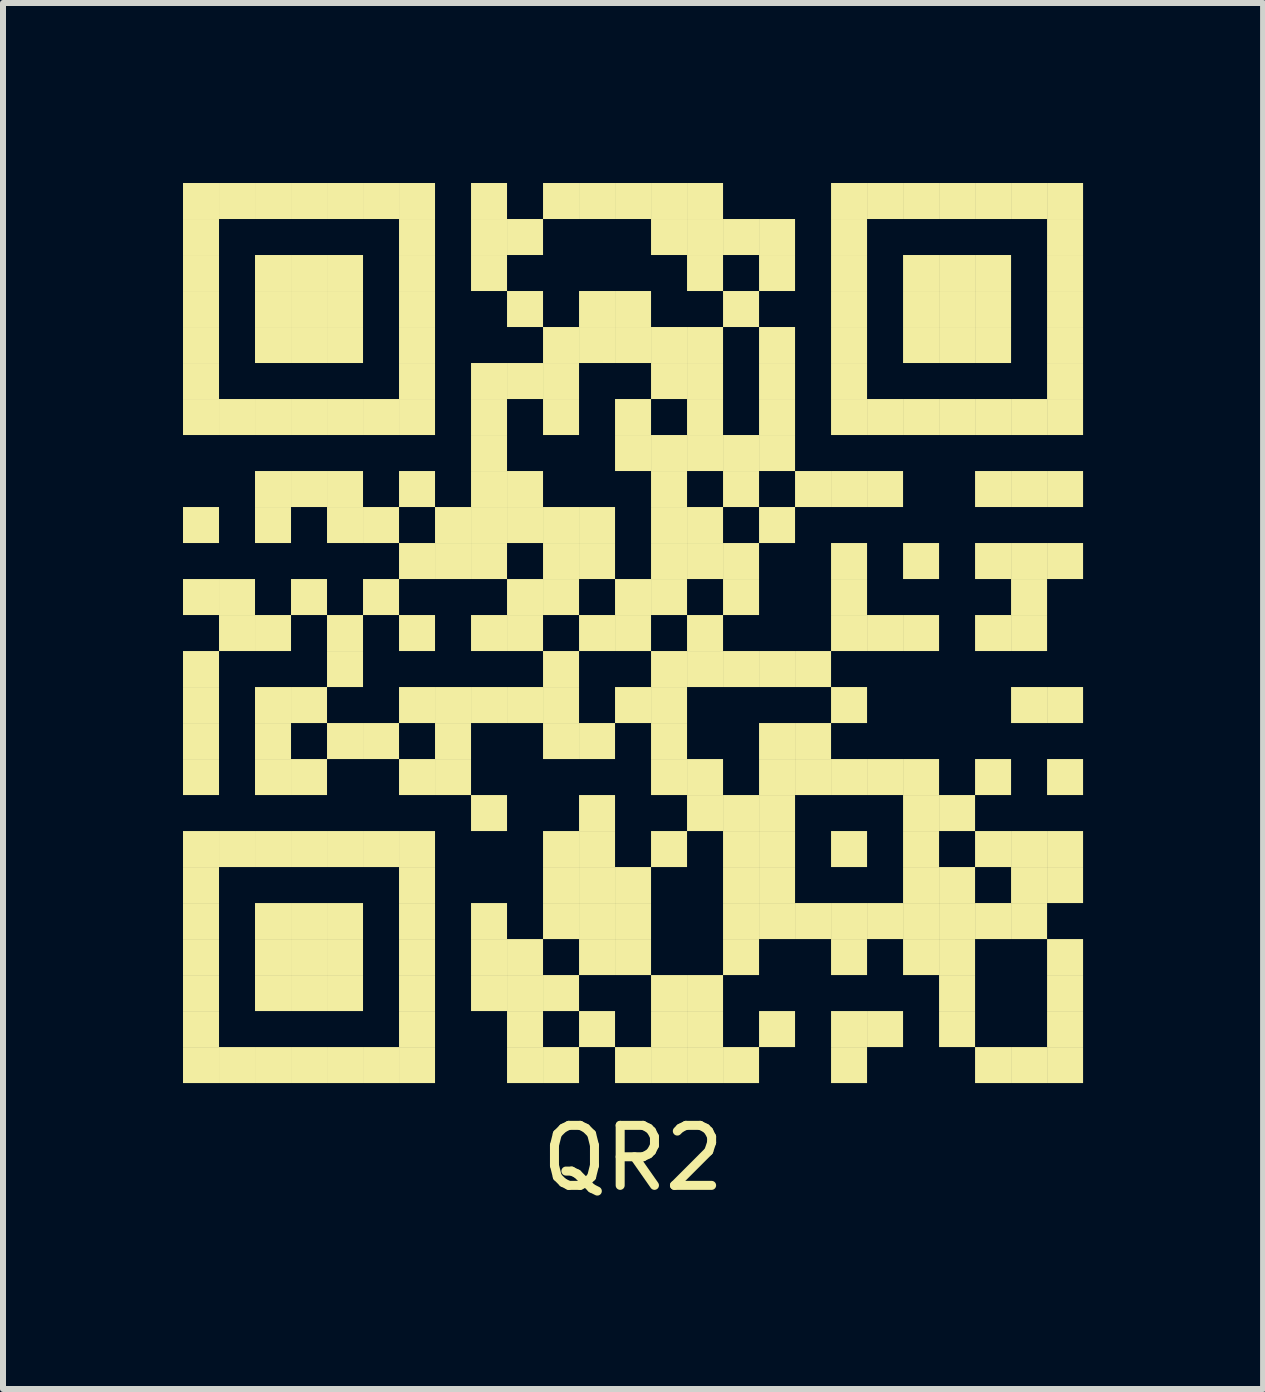
<source format=kicad_pcb>
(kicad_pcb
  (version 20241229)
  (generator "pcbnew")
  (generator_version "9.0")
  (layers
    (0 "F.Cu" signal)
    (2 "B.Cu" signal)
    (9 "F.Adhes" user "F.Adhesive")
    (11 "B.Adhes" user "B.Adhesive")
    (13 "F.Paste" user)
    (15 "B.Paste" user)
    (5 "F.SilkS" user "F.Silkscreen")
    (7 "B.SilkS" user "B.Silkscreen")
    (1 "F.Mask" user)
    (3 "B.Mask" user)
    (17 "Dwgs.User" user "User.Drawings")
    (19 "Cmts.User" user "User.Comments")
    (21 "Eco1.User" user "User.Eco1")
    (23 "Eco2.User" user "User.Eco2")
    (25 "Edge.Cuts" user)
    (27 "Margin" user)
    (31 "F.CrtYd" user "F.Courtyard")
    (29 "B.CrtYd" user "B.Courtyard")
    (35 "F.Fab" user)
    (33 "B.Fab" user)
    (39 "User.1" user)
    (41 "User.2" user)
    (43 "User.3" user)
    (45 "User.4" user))
  (footprint "QR2"
    (layer "F.Cu")
    (at 7.5 7.5)
    (property "Reference" "QR2" (at 0 8.75 0) (layer "F.SilkS") (effects (font (size 1 1) (thickness 0.15))))
    (attr through_hole)
    (fp_poly (pts (xy -7.5 -7.5) (xy -7.5 -6.9) (xy -6.9 -6.9) (xy -6.9 -7.5)) (stroke (width 0) (type solid)) (fill yes) (layer "F.SilkS"))
    (fp_poly (pts (xy -7.5 -6.9) (xy -7.5 -6.3) (xy -6.9 -6.3) (xy -6.9 -6.9)) (stroke (width 0) (type solid)) (fill yes) (layer "F.SilkS"))
    (fp_poly (pts (xy -7.5 -6.3) (xy -7.5 -5.7) (xy -6.9 -5.7) (xy -6.9 -6.3)) (stroke (width 0) (type solid)) (fill yes) (layer "F.SilkS"))
    (fp_poly (pts (xy -7.5 -5.7) (xy -7.5 -5.1) (xy -6.9 -5.1) (xy -6.9 -5.7)) (stroke (width 0) (type solid)) (fill yes) (layer "F.SilkS"))
    (fp_poly (pts (xy -7.5 -5.1) (xy -7.5 -4.5) (xy -6.9 -4.5) (xy -6.9 -5.1)) (stroke (width 0) (type solid)) (fill yes) (layer "F.SilkS"))
    (fp_poly (pts (xy -7.5 -4.5) (xy -7.5 -3.9) (xy -6.9 -3.9) (xy -6.9 -4.5)) (stroke (width 0) (type solid)) (fill yes) (layer "F.SilkS"))
    (fp_poly (pts (xy -7.5 -3.9) (xy -7.5 -3.3) (xy -6.9 -3.3) (xy -6.9 -3.9)) (stroke (width 0) (type solid)) (fill yes) (layer "F.SilkS"))
    (fp_poly (pts (xy -7.5 -2.1) (xy -7.5 -1.5) (xy -6.9 -1.5) (xy -6.9 -2.1)) (stroke (width 0) (type solid)) (fill yes) (layer "F.SilkS"))
    (fp_poly (pts (xy -7.5 -0.9) (xy -7.5 -0.3) (xy -6.9 -0.3) (xy -6.9 -0.9)) (stroke (width 0) (type solid)) (fill yes) (layer "F.SilkS"))
    (fp_poly (pts (xy -7.5 0.3) (xy -7.5 0.9) (xy -6.9 0.9) (xy -6.9 0.3)) (stroke (width 0) (type solid)) (fill yes) (layer "F.SilkS"))
    (fp_poly (pts (xy -7.5 0.9) (xy -7.5 1.5) (xy -6.9 1.5) (xy -6.9 0.9)) (stroke (width 0) (type solid)) (fill yes) (layer "F.SilkS"))
    (fp_poly (pts (xy -7.5 1.5) (xy -7.5 2.1) (xy -6.9 2.1) (xy -6.9 1.5)) (stroke (width 0) (type solid)) (fill yes) (layer "F.SilkS"))
    (fp_poly (pts (xy -7.5 2.1) (xy -7.5 2.7) (xy -6.9 2.7) (xy -6.9 2.1)) (stroke (width 0) (type solid)) (fill yes) (layer "F.SilkS"))
    (fp_poly (pts (xy -7.5 3.3) (xy -7.5 3.9) (xy -6.9 3.9) (xy -6.9 3.3)) (stroke (width 0) (type solid)) (fill yes) (layer "F.SilkS"))
    (fp_poly (pts (xy -7.5 3.9) (xy -7.5 4.5) (xy -6.9 4.5) (xy -6.9 3.9)) (stroke (width 0) (type solid)) (fill yes) (layer "F.SilkS"))
    (fp_poly (pts (xy -7.5 4.5) (xy -7.5 5.1) (xy -6.9 5.1) (xy -6.9 4.5)) (stroke (width 0) (type solid)) (fill yes) (layer "F.SilkS"))
    (fp_poly (pts (xy -7.5 5.1) (xy -7.5 5.7) (xy -6.9 5.7) (xy -6.9 5.1)) (stroke (width 0) (type solid)) (fill yes) (layer "F.SilkS"))
    (fp_poly (pts (xy -7.5 5.7) (xy -7.5 6.3) (xy -6.9 6.3) (xy -6.9 5.7)) (stroke (width 0) (type solid)) (fill yes) (layer "F.SilkS"))
    (fp_poly (pts (xy -7.5 6.3) (xy -7.5 6.9) (xy -6.9 6.9) (xy -6.9 6.3)) (stroke (width 0) (type solid)) (fill yes) (layer "F.SilkS"))
    (fp_poly (pts (xy -7.5 6.9) (xy -7.5 7.5) (xy -6.9 7.5) (xy -6.9 6.9)) (stroke (width 0) (type solid)) (fill yes) (layer "F.SilkS"))
    (fp_poly (pts (xy -6.9 -7.5) (xy -6.9 -6.9) (xy -6.3 -6.9) (xy -6.3 -7.5)) (stroke (width 0) (type solid)) (fill yes) (layer "F.SilkS"))
    (fp_poly (pts (xy -6.9 -3.9) (xy -6.9 -3.3) (xy -6.3 -3.3) (xy -6.3 -3.9)) (stroke (width 0) (type solid)) (fill yes) (layer "F.SilkS"))
    (fp_poly (pts (xy -6.9 -0.9) (xy -6.9 -0.3) (xy -6.3 -0.3) (xy -6.3 -0.9)) (stroke (width 0) (type solid)) (fill yes) (layer "F.SilkS"))
    (fp_poly (pts (xy -6.9 -0.3) (xy -6.9 0.3) (xy -6.3 0.3) (xy -6.3 -0.3)) (stroke (width 0) (type solid)) (fill yes) (layer "F.SilkS"))
    (fp_poly (pts (xy -6.9 3.3) (xy -6.9 3.9) (xy -6.3 3.9) (xy -6.3 3.3)) (stroke (width 0) (type solid)) (fill yes) (layer "F.SilkS"))
    (fp_poly (pts (xy -6.9 6.9) (xy -6.9 7.5) (xy -6.3 7.5) (xy -6.3 6.9)) (stroke (width 0) (type solid)) (fill yes) (layer "F.SilkS"))
    (fp_poly (pts (xy -6.3 -7.5) (xy -6.3 -6.9) (xy -5.7 -6.9) (xy -5.7 -7.5)) (stroke (width 0) (type solid)) (fill yes) (layer "F.SilkS"))
    (fp_poly (pts (xy -6.3 -6.3) (xy -6.3 -5.7) (xy -5.7 -5.7) (xy -5.7 -6.3)) (stroke (width 0) (type solid)) (fill yes) (layer "F.SilkS"))
    (fp_poly (pts (xy -6.3 -5.7) (xy -6.3 -5.1) (xy -5.7 -5.1) (xy -5.7 -5.7)) (stroke (width 0) (type solid)) (fill yes) (layer "F.SilkS"))
    (fp_poly (pts (xy -6.3 -5.1) (xy -6.3 -4.5) (xy -5.7 -4.5) (xy -5.7 -5.1)) (stroke (width 0) (type solid)) (fill yes) (layer "F.SilkS"))
    (fp_poly (pts (xy -6.3 -3.9) (xy -6.3 -3.3) (xy -5.7 -3.3) (xy -5.7 -3.9)) (stroke (width 0) (type solid)) (fill yes) (layer "F.SilkS"))
    (fp_poly (pts (xy -6.3 -2.7) (xy -6.3 -2.1) (xy -5.7 -2.1) (xy -5.7 -2.7)) (stroke (width 0) (type solid)) (fill yes) (layer "F.SilkS"))
    (fp_poly (pts (xy -6.3 -2.1) (xy -6.3 -1.5) (xy -5.7 -1.5) (xy -5.7 -2.1)) (stroke (width 0) (type solid)) (fill yes) (layer "F.SilkS"))
    (fp_poly (pts (xy -6.3 -0.3) (xy -6.3 0.3) (xy -5.7 0.3) (xy -5.7 -0.3)) (stroke (width 0) (type solid)) (fill yes) (layer "F.SilkS"))
    (fp_poly (pts (xy -6.3 0.9) (xy -6.3 1.5) (xy -5.7 1.5) (xy -5.7 0.9)) (stroke (width 0) (type solid)) (fill yes) (layer "F.SilkS"))
    (fp_poly (pts (xy -6.3 1.5) (xy -6.3 2.1) (xy -5.7 2.1) (xy -5.7 1.5)) (stroke (width 0) (type solid)) (fill yes) (layer "F.SilkS"))
    (fp_poly (pts (xy -6.3 2.1) (xy -6.3 2.7) (xy -5.7 2.7) (xy -5.7 2.1)) (stroke (width 0) (type solid)) (fill yes) (layer "F.SilkS"))
    (fp_poly (pts (xy -6.3 3.3) (xy -6.3 3.9) (xy -5.7 3.9) (xy -5.7 3.3)) (stroke (width 0) (type solid)) (fill yes) (layer "F.SilkS"))
    (fp_poly (pts (xy -6.3 4.5) (xy -6.3 5.1) (xy -5.7 5.1) (xy -5.7 4.5)) (stroke (width 0) (type solid)) (fill yes) (layer "F.SilkS"))
    (fp_poly (pts (xy -6.3 5.1) (xy -6.3 5.7) (xy -5.7 5.7) (xy -5.7 5.1)) (stroke (width 0) (type solid)) (fill yes) (layer "F.SilkS"))
    (fp_poly (pts (xy -6.3 5.7) (xy -6.3 6.3) (xy -5.7 6.3) (xy -5.7 5.7)) (stroke (width 0) (type solid)) (fill yes) (layer "F.SilkS"))
    (fp_poly (pts (xy -6.3 6.9) (xy -6.3 7.5) (xy -5.7 7.5) (xy -5.7 6.9)) (stroke (width 0) (type solid)) (fill yes) (layer "F.SilkS"))
    (fp_poly (pts (xy -5.7 -7.5) (xy -5.7 -6.9) (xy -5.1 -6.9) (xy -5.1 -7.5)) (stroke (width 0) (type solid)) (fill yes) (layer "F.SilkS"))
    (fp_poly (pts (xy -5.7 -6.3) (xy -5.7 -5.7) (xy -5.1 -5.7) (xy -5.1 -6.3)) (stroke (width 0) (type solid)) (fill yes) (layer "F.SilkS"))
    (fp_poly (pts (xy -5.7 -5.7) (xy -5.7 -5.1) (xy -5.1 -5.1) (xy -5.1 -5.7)) (stroke (width 0) (type solid)) (fill yes) (layer "F.SilkS"))
    (fp_poly (pts (xy -5.7 -5.1) (xy -5.7 -4.5) (xy -5.1 -4.5) (xy -5.1 -5.1)) (stroke (width 0) (type solid)) (fill yes) (layer "F.SilkS"))
    (fp_poly (pts (xy -5.7 -3.9) (xy -5.7 -3.3) (xy -5.1 -3.3) (xy -5.1 -3.9)) (stroke (width 0) (type solid)) (fill yes) (layer "F.SilkS"))
    (fp_poly (pts (xy -5.7 -2.7) (xy -5.7 -2.1) (xy -5.1 -2.1) (xy -5.1 -2.7)) (stroke (width 0) (type solid)) (fill yes) (layer "F.SilkS"))
    (fp_poly (pts (xy -5.7 -0.9) (xy -5.7 -0.3) (xy -5.1 -0.3) (xy -5.1 -0.9)) (stroke (width 0) (type solid)) (fill yes) (layer "F.SilkS"))
    (fp_poly (pts (xy -5.7 0.9) (xy -5.7 1.5) (xy -5.1 1.5) (xy -5.1 0.9)) (stroke (width 0) (type solid)) (fill yes) (layer "F.SilkS"))
    (fp_poly (pts (xy -5.7 2.1) (xy -5.7 2.7) (xy -5.1 2.7) (xy -5.1 2.1)) (stroke (width 0) (type solid)) (fill yes) (layer "F.SilkS"))
    (fp_poly (pts (xy -5.7 3.3) (xy -5.7 3.9) (xy -5.1 3.9) (xy -5.1 3.3)) (stroke (width 0) (type solid)) (fill yes) (layer "F.SilkS"))
    (fp_poly (pts (xy -5.7 4.5) (xy -5.7 5.1) (xy -5.1 5.1) (xy -5.1 4.5)) (stroke (width 0) (type solid)) (fill yes) (layer "F.SilkS"))
    (fp_poly (pts (xy -5.7 5.1) (xy -5.7 5.7) (xy -5.1 5.7) (xy -5.1 5.1)) (stroke (width 0) (type solid)) (fill yes) (layer "F.SilkS"))
    (fp_poly (pts (xy -5.7 5.7) (xy -5.7 6.3) (xy -5.1 6.3) (xy -5.1 5.7)) (stroke (width 0) (type solid)) (fill yes) (layer "F.SilkS"))
    (fp_poly (pts (xy -5.7 6.9) (xy -5.7 7.5) (xy -5.1 7.5) (xy -5.1 6.9)) (stroke (width 0) (type solid)) (fill yes) (layer "F.SilkS"))
    (fp_poly (pts (xy -5.1 -7.5) (xy -5.1 -6.9) (xy -4.5 -6.9) (xy -4.5 -7.5)) (stroke (width 0) (type solid)) (fill yes) (layer "F.SilkS"))
    (fp_poly (pts (xy -5.1 -6.3) (xy -5.1 -5.7) (xy -4.5 -5.7) (xy -4.5 -6.3)) (stroke (width 0) (type solid)) (fill yes) (layer "F.SilkS"))
    (fp_poly (pts (xy -5.1 -5.7) (xy -5.1 -5.1) (xy -4.5 -5.1) (xy -4.5 -5.7)) (stroke (width 0) (type solid)) (fill yes) (layer "F.SilkS"))
    (fp_poly (pts (xy -5.1 -5.1) (xy -5.1 -4.5) (xy -4.5 -4.5) (xy -4.5 -5.1)) (stroke (width 0) (type solid)) (fill yes) (layer "F.SilkS"))
    (fp_poly (pts (xy -5.1 -3.9) (xy -5.1 -3.3) (xy -4.5 -3.3) (xy -4.5 -3.9)) (stroke (width 0) (type solid)) (fill yes) (layer "F.SilkS"))
    (fp_poly (pts (xy -5.1 -2.7) (xy -5.1 -2.1) (xy -4.5 -2.1) (xy -4.5 -2.7)) (stroke (width 0) (type solid)) (fill yes) (layer "F.SilkS"))
    (fp_poly (pts (xy -5.1 -2.1) (xy -5.1 -1.5) (xy -4.5 -1.5) (xy -4.5 -2.1)) (stroke (width 0) (type solid)) (fill yes) (layer "F.SilkS"))
    (fp_poly (pts (xy -5.1 -0.3) (xy -5.1 0.3) (xy -4.5 0.3) (xy -4.5 -0.3)) (stroke (width 0) (type solid)) (fill yes) (layer "F.SilkS"))
    (fp_poly (pts (xy -5.1 0.3) (xy -5.1 0.9) (xy -4.5 0.9) (xy -4.5 0.3)) (stroke (width 0) (type solid)) (fill yes) (layer "F.SilkS"))
    (fp_poly (pts (xy -5.1 1.5) (xy -5.1 2.1) (xy -4.5 2.1) (xy -4.5 1.5)) (stroke (width 0) (type solid)) (fill yes) (layer "F.SilkS"))
    (fp_poly (pts (xy -5.1 3.3) (xy -5.1 3.9) (xy -4.5 3.9) (xy -4.5 3.3)) (stroke (width 0) (type solid)) (fill yes) (layer "F.SilkS"))
    (fp_poly (pts (xy -5.1 4.5) (xy -5.1 5.1) (xy -4.5 5.1) (xy -4.5 4.5)) (stroke (width 0) (type solid)) (fill yes) (layer "F.SilkS"))
    (fp_poly (pts (xy -5.1 5.1) (xy -5.1 5.7) (xy -4.5 5.7) (xy -4.5 5.1)) (stroke (width 0) (type solid)) (fill yes) (layer "F.SilkS"))
    (fp_poly (pts (xy -5.1 5.7) (xy -5.1 6.3) (xy -4.5 6.3) (xy -4.5 5.7)) (stroke (width 0) (type solid)) (fill yes) (layer "F.SilkS"))
    (fp_poly (pts (xy -5.1 6.9) (xy -5.1 7.5) (xy -4.5 7.5) (xy -4.5 6.9)) (stroke (width 0) (type solid)) (fill yes) (layer "F.SilkS"))
    (fp_poly (pts (xy -4.5 -7.5) (xy -4.5 -6.9) (xy -3.9 -6.9) (xy -3.9 -7.5)) (stroke (width 0) (type solid)) (fill yes) (layer "F.SilkS"))
    (fp_poly (pts (xy -4.5 -3.9) (xy -4.5 -3.3) (xy -3.9 -3.3) (xy -3.9 -3.9)) (stroke (width 0) (type solid)) (fill yes) (layer "F.SilkS"))
    (fp_poly (pts (xy -4.5 -2.1) (xy -4.5 -1.5) (xy -3.9 -1.5) (xy -3.9 -2.1)) (stroke (width 0) (type solid)) (fill yes) (layer "F.SilkS"))
    (fp_poly (pts (xy -4.5 -0.9) (xy -4.5 -0.3) (xy -3.9 -0.3) (xy -3.9 -0.9)) (stroke (width 0) (type solid)) (fill yes) (layer "F.SilkS"))
    (fp_poly (pts (xy -4.5 1.5) (xy -4.5 2.1) (xy -3.9 2.1) (xy -3.9 1.5)) (stroke (width 0) (type solid)) (fill yes) (layer "F.SilkS"))
    (fp_poly (pts (xy -4.5 3.3) (xy -4.5 3.9) (xy -3.9 3.9) (xy -3.9 3.3)) (stroke (width 0) (type solid)) (fill yes) (layer "F.SilkS"))
    (fp_poly (pts (xy -4.5 6.9) (xy -4.5 7.5) (xy -3.9 7.5) (xy -3.9 6.9)) (stroke (width 0) (type solid)) (fill yes) (layer "F.SilkS"))
    (fp_poly (pts (xy -3.9 -7.5) (xy -3.9 -6.9) (xy -3.3 -6.9) (xy -3.3 -7.5)) (stroke (width 0) (type solid)) (fill yes) (layer "F.SilkS"))
    (fp_poly (pts (xy -3.9 -6.9) (xy -3.9 -6.3) (xy -3.3 -6.3) (xy -3.3 -6.9)) (stroke (width 0) (type solid)) (fill yes) (layer "F.SilkS"))
    (fp_poly (pts (xy -3.9 -6.3) (xy -3.9 -5.7) (xy -3.3 -5.7) (xy -3.3 -6.3)) (stroke (width 0) (type solid)) (fill yes) (layer "F.SilkS"))
    (fp_poly (pts (xy -3.9 -5.7) (xy -3.9 -5.1) (xy -3.3 -5.1) (xy -3.3 -5.7)) (stroke (width 0) (type solid)) (fill yes) (layer "F.SilkS"))
    (fp_poly (pts (xy -3.9 -5.1) (xy -3.9 -4.5) (xy -3.3 -4.5) (xy -3.3 -5.1)) (stroke (width 0) (type solid)) (fill yes) (layer "F.SilkS"))
    (fp_poly (pts (xy -3.9 -4.5) (xy -3.9 -3.9) (xy -3.3 -3.9) (xy -3.3 -4.5)) (stroke (width 0) (type solid)) (fill yes) (layer "F.SilkS"))
    (fp_poly (pts (xy -3.9 -3.9) (xy -3.9 -3.3) (xy -3.3 -3.3) (xy -3.3 -3.9)) (stroke (width 0) (type solid)) (fill yes) (layer "F.SilkS"))
    (fp_poly (pts (xy -3.9 -2.7) (xy -3.9 -2.1) (xy -3.3 -2.1) (xy -3.3 -2.7)) (stroke (width 0) (type solid)) (fill yes) (layer "F.SilkS"))
    (fp_poly (pts (xy -3.9 -1.5) (xy -3.9 -0.9) (xy -3.3 -0.9) (xy -3.3 -1.5)) (stroke (width 0) (type solid)) (fill yes) (layer "F.SilkS"))
    (fp_poly (pts (xy -3.9 -0.3) (xy -3.9 0.3) (xy -3.3 0.3) (xy -3.3 -0.3)) (stroke (width 0) (type solid)) (fill yes) (layer "F.SilkS"))
    (fp_poly (pts (xy -3.9 0.9) (xy -3.9 1.5) (xy -3.3 1.5) (xy -3.3 0.9)) (stroke (width 0) (type solid)) (fill yes) (layer "F.SilkS"))
    (fp_poly (pts (xy -3.9 2.1) (xy -3.9 2.7) (xy -3.3 2.7) (xy -3.3 2.1)) (stroke (width 0) (type solid)) (fill yes) (layer "F.SilkS"))
    (fp_poly (pts (xy -3.9 3.3) (xy -3.9 3.9) (xy -3.3 3.9) (xy -3.3 3.3)) (stroke (width 0) (type solid)) (fill yes) (layer "F.SilkS"))
    (fp_poly (pts (xy -3.9 3.9) (xy -3.9 4.5) (xy -3.3 4.5) (xy -3.3 3.9)) (stroke (width 0) (type solid)) (fill yes) (layer "F.SilkS"))
    (fp_poly (pts (xy -3.9 4.5) (xy -3.9 5.1) (xy -3.3 5.1) (xy -3.3 4.5)) (stroke (width 0) (type solid)) (fill yes) (layer "F.SilkS"))
    (fp_poly (pts (xy -3.9 5.1) (xy -3.9 5.7) (xy -3.3 5.7) (xy -3.3 5.1)) (stroke (width 0) (type solid)) (fill yes) (layer "F.SilkS"))
    (fp_poly (pts (xy -3.9 5.7) (xy -3.9 6.3) (xy -3.3 6.3) (xy -3.3 5.7)) (stroke (width 0) (type solid)) (fill yes) (layer "F.SilkS"))
    (fp_poly (pts (xy -3.9 6.3) (xy -3.9 6.9) (xy -3.3 6.9) (xy -3.3 6.3)) (stroke (width 0) (type solid)) (fill yes) (layer "F.SilkS"))
    (fp_poly (pts (xy -3.9 6.9) (xy -3.9 7.5) (xy -3.3 7.5) (xy -3.3 6.9)) (stroke (width 0) (type solid)) (fill yes) (layer "F.SilkS"))
    (fp_poly (pts (xy -3.3 -2.1) (xy -3.3 -1.5) (xy -2.7 -1.5) (xy -2.7 -2.1)) (stroke (width 0) (type solid)) (fill yes) (layer "F.SilkS"))
    (fp_poly (pts (xy -3.3 -1.5) (xy -3.3 -0.9) (xy -2.7 -0.9) (xy -2.7 -1.5)) (stroke (width 0) (type solid)) (fill yes) (layer "F.SilkS"))
    (fp_poly (pts (xy -3.3 0.9) (xy -3.3 1.5) (xy -2.7 1.5) (xy -2.7 0.9)) (stroke (width 0) (type solid)) (fill yes) (layer "F.SilkS"))
    (fp_poly (pts (xy -3.3 1.5) (xy -3.3 2.1) (xy -2.7 2.1) (xy -2.7 1.5)) (stroke (width 0) (type solid)) (fill yes) (layer "F.SilkS"))
    (fp_poly (pts (xy -3.3 2.1) (xy -3.3 2.7) (xy -2.7 2.7) (xy -2.7 2.1)) (stroke (width 0) (type solid)) (fill yes) (layer "F.SilkS"))
    (fp_poly (pts (xy -2.7 -7.5) (xy -2.7 -6.9) (xy -2.1 -6.9) (xy -2.1 -7.5)) (stroke (width 0) (type solid)) (fill yes) (layer "F.SilkS"))
    (fp_poly (pts (xy -2.7 -6.9) (xy -2.7 -6.3) (xy -2.1 -6.3) (xy -2.1 -6.9)) (stroke (width 0) (type solid)) (fill yes) (layer "F.SilkS"))
    (fp_poly (pts (xy -2.7 -6.3) (xy -2.7 -5.7) (xy -2.1 -5.7) (xy -2.1 -6.3)) (stroke (width 0) (type solid)) (fill yes) (layer "F.SilkS"))
    (fp_poly (pts (xy -2.7 -4.5) (xy -2.7 -3.9) (xy -2.1 -3.9) (xy -2.1 -4.5)) (stroke (width 0) (type solid)) (fill yes) (layer "F.SilkS"))
    (fp_poly (pts (xy -2.7 -3.9) (xy -2.7 -3.3) (xy -2.1 -3.3) (xy -2.1 -3.9)) (stroke (width 0) (type solid)) (fill yes) (layer "F.SilkS"))
    (fp_poly (pts (xy -2.7 -3.3) (xy -2.7 -2.7) (xy -2.1 -2.7) (xy -2.1 -3.3)) (stroke (width 0) (type solid)) (fill yes) (layer "F.SilkS"))
    (fp_poly (pts (xy -2.7 -2.7) (xy -2.7 -2.1) (xy -2.1 -2.1) (xy -2.1 -2.7)) (stroke (width 0) (type solid)) (fill yes) (layer "F.SilkS"))
    (fp_poly (pts (xy -2.7 -2.1) (xy -2.7 -1.5) (xy -2.1 -1.5) (xy -2.1 -2.1)) (stroke (width 0) (type solid)) (fill yes) (layer "F.SilkS"))
    (fp_poly (pts (xy -2.7 -1.5) (xy -2.7 -0.9) (xy -2.1 -0.9) (xy -2.1 -1.5)) (stroke (width 0) (type solid)) (fill yes) (layer "F.SilkS"))
    (fp_poly (pts (xy -2.7 -0.3) (xy -2.7 0.3) (xy -2.1 0.3) (xy -2.1 -0.3)) (stroke (width 0) (type solid)) (fill yes) (layer "F.SilkS"))
    (fp_poly (pts (xy -2.7 0.9) (xy -2.7 1.5) (xy -2.1 1.5) (xy -2.1 0.9)) (stroke (width 0) (type solid)) (fill yes) (layer "F.SilkS"))
    (fp_poly (pts (xy -2.7 2.7) (xy -2.7 3.3) (xy -2.1 3.3) (xy -2.1 2.7)) (stroke (width 0) (type solid)) (fill yes) (layer "F.SilkS"))
    (fp_poly (pts (xy -2.7 4.5) (xy -2.7 5.1) (xy -2.1 5.1) (xy -2.1 4.5)) (stroke (width 0) (type solid)) (fill yes) (layer "F.SilkS"))
    (fp_poly (pts (xy -2.7 5.1) (xy -2.7 5.7) (xy -2.1 5.7) (xy -2.1 5.1)) (stroke (width 0) (type solid)) (fill yes) (layer "F.SilkS"))
    (fp_poly (pts (xy -2.7 5.7) (xy -2.7 6.3) (xy -2.1 6.3) (xy -2.1 5.7)) (stroke (width 0) (type solid)) (fill yes) (layer "F.SilkS"))
    (fp_poly (pts (xy -2.1 -6.9) (xy -2.1 -6.3) (xy -1.5 -6.3) (xy -1.5 -6.9)) (stroke (width 0) (type solid)) (fill yes) (layer "F.SilkS"))
    (fp_poly (pts (xy -2.1 -5.7) (xy -2.1 -5.1) (xy -1.5 -5.1) (xy -1.5 -5.7)) (stroke (width 0) (type solid)) (fill yes) (layer "F.SilkS"))
    (fp_poly (pts (xy -2.1 -4.5) (xy -2.1 -3.9) (xy -1.5 -3.9) (xy -1.5 -4.5)) (stroke (width 0) (type solid)) (fill yes) (layer "F.SilkS"))
    (fp_poly (pts (xy -2.1 -2.7) (xy -2.1 -2.1) (xy -1.5 -2.1) (xy -1.5 -2.7)) (stroke (width 0) (type solid)) (fill yes) (layer "F.SilkS"))
    (fp_poly (pts (xy -2.1 -2.1) (xy -2.1 -1.5) (xy -1.5 -1.5) (xy -1.5 -2.1)) (stroke (width 0) (type solid)) (fill yes) (layer "F.SilkS"))
    (fp_poly (pts (xy -2.1 -0.9) (xy -2.1 -0.3) (xy -1.5 -0.3) (xy -1.5 -0.9)) (stroke (width 0) (type solid)) (fill yes) (layer "F.SilkS"))
    (fp_poly (pts (xy -2.1 -0.3) (xy -2.1 0.3) (xy -1.5 0.3) (xy -1.5 -0.3)) (stroke (width 0) (type solid)) (fill yes) (layer "F.SilkS"))
    (fp_poly (pts (xy -2.1 0.9) (xy -2.1 1.5) (xy -1.5 1.5) (xy -1.5 0.9)) (stroke (width 0) (type solid)) (fill yes) (layer "F.SilkS"))
    (fp_poly (pts (xy -2.1 5.1) (xy -2.1 5.7) (xy -1.5 5.7) (xy -1.5 5.1)) (stroke (width 0) (type solid)) (fill yes) (layer "F.SilkS"))
    (fp_poly (pts (xy -2.1 5.7) (xy -2.1 6.3) (xy -1.5 6.3) (xy -1.5 5.7)) (stroke (width 0) (type solid)) (fill yes) (layer "F.SilkS"))
    (fp_poly (pts (xy -2.1 6.3) (xy -2.1 6.9) (xy -1.5 6.9) (xy -1.5 6.3)) (stroke (width 0) (type solid)) (fill yes) (layer "F.SilkS"))
    (fp_poly (pts (xy -2.1 6.9) (xy -2.1 7.5) (xy -1.5 7.5) (xy -1.5 6.9)) (stroke (width 0) (type solid)) (fill yes) (layer "F.SilkS"))
    (fp_poly (pts (xy -1.5 -7.5) (xy -1.5 -6.9) (xy -0.9 -6.9) (xy -0.9 -7.5)) (stroke (width 0) (type solid)) (fill yes) (layer "F.SilkS"))
    (fp_poly (pts (xy -1.5 -5.1) (xy -1.5 -4.5) (xy -0.9 -4.5) (xy -0.9 -5.1)) (stroke (width 0) (type solid)) (fill yes) (layer "F.SilkS"))
    (fp_poly (pts (xy -1.5 -4.5) (xy -1.5 -3.9) (xy -0.9 -3.9) (xy -0.9 -4.5)) (stroke (width 0) (type solid)) (fill yes) (layer "F.SilkS"))
    (fp_poly (pts (xy -1.5 -3.9) (xy -1.5 -3.3) (xy -0.9 -3.3) (xy -0.9 -3.9)) (stroke (width 0) (type solid)) (fill yes) (layer "F.SilkS"))
    (fp_poly (pts (xy -1.5 -2.1) (xy -1.5 -1.5) (xy -0.9 -1.5) (xy -0.9 -2.1)) (stroke (width 0) (type solid)) (fill yes) (layer "F.SilkS"))
    (fp_poly (pts (xy -1.5 -1.5) (xy -1.5 -0.9) (xy -0.9 -0.9) (xy -0.9 -1.5)) (stroke (width 0) (type solid)) (fill yes) (layer "F.SilkS"))
    (fp_poly (pts (xy -1.5 -0.9) (xy -1.5 -0.3) (xy -0.9 -0.3) (xy -0.9 -0.9)) (stroke (width 0) (type solid)) (fill yes) (layer "F.SilkS"))
    (fp_poly (pts (xy -1.5 0.3) (xy -1.5 0.9) (xy -0.9 0.9) (xy -0.9 0.3)) (stroke (width 0) (type solid)) (fill yes) (layer "F.SilkS"))
    (fp_poly (pts (xy -1.5 0.9) (xy -1.5 1.5) (xy -0.9 1.5) (xy -0.9 0.9)) (stroke (width 0) (type solid)) (fill yes) (layer "F.SilkS"))
    (fp_poly (pts (xy -1.5 1.5) (xy -1.5 2.1) (xy -0.9 2.1) (xy -0.9 1.5)) (stroke (width 0) (type solid)) (fill yes) (layer "F.SilkS"))
    (fp_poly (pts (xy -1.5 3.3) (xy -1.5 3.9) (xy -0.9 3.9) (xy -0.9 3.3)) (stroke (width 0) (type solid)) (fill yes) (layer "F.SilkS"))
    (fp_poly (pts (xy -1.5 3.9) (xy -1.5 4.5) (xy -0.9 4.5) (xy -0.9 3.9)) (stroke (width 0) (type solid)) (fill yes) (layer "F.SilkS"))
    (fp_poly (pts (xy -1.5 4.5) (xy -1.5 5.1) (xy -0.9 5.1) (xy -0.9 4.5)) (stroke (width 0) (type solid)) (fill yes) (layer "F.SilkS"))
    (fp_poly (pts (xy -1.5 5.7) (xy -1.5 6.3) (xy -0.9 6.3) (xy -0.9 5.7)) (stroke (width 0) (type solid)) (fill yes) (layer "F.SilkS"))
    (fp_poly (pts (xy -1.5 6.9) (xy -1.5 7.5) (xy -0.9 7.5) (xy -0.9 6.9)) (stroke (width 0) (type solid)) (fill yes) (layer "F.SilkS"))
    (fp_poly (pts (xy -0.9 -7.5) (xy -0.9 -6.9) (xy -0.3 -6.9) (xy -0.3 -7.5)) (stroke (width 0) (type solid)) (fill yes) (layer "F.SilkS"))
    (fp_poly (pts (xy -0.9 -5.7) (xy -0.9 -5.1) (xy -0.3 -5.1) (xy -0.3 -5.7)) (stroke (width 0) (type solid)) (fill yes) (layer "F.SilkS"))
    (fp_poly (pts (xy -0.9 -5.1) (xy -0.9 -4.5) (xy -0.3 -4.5) (xy -0.3 -5.1)) (stroke (width 0) (type solid)) (fill yes) (layer "F.SilkS"))
    (fp_poly (pts (xy -0.9 -2.1) (xy -0.9 -1.5) (xy -0.3 -1.5) (xy -0.3 -2.1)) (stroke (width 0) (type solid)) (fill yes) (layer "F.SilkS"))
    (fp_poly (pts (xy -0.9 -1.5) (xy -0.9 -0.9) (xy -0.3 -0.9) (xy -0.3 -1.5)) (stroke (width 0) (type solid)) (fill yes) (layer "F.SilkS"))
    (fp_poly (pts (xy -0.9 -0.3) (xy -0.9 0.3) (xy -0.3 0.3) (xy -0.3 -0.3)) (stroke (width 0) (type solid)) (fill yes) (layer "F.SilkS"))
    (fp_poly (pts (xy -0.9 1.5) (xy -0.9 2.1) (xy -0.3 2.1) (xy -0.3 1.5)) (stroke (width 0) (type solid)) (fill yes) (layer "F.SilkS"))
    (fp_poly (pts (xy -0.9 2.7) (xy -0.9 3.3) (xy -0.3 3.3) (xy -0.3 2.7)) (stroke (width 0) (type solid)) (fill yes) (layer "F.SilkS"))
    (fp_poly (pts (xy -0.9 3.3) (xy -0.9 3.9) (xy -0.3 3.9) (xy -0.3 3.3)) (stroke (width 0) (type solid)) (fill yes) (layer "F.SilkS"))
    (fp_poly (pts (xy -0.9 3.9) (xy -0.9 4.5) (xy -0.3 4.5) (xy -0.3 3.9)) (stroke (width 0) (type solid)) (fill yes) (layer "F.SilkS"))
    (fp_poly (pts (xy -0.9 4.5) (xy -0.9 5.1) (xy -0.3 5.1) (xy -0.3 4.5)) (stroke (width 0) (type solid)) (fill yes) (layer "F.SilkS"))
    (fp_poly (pts (xy -0.9 5.1) (xy -0.9 5.7) (xy -0.3 5.7) (xy -0.3 5.1)) (stroke (width 0) (type solid)) (fill yes) (layer "F.SilkS"))
    (fp_poly (pts (xy -0.9 6.3) (xy -0.9 6.9) (xy -0.3 6.9) (xy -0.3 6.3)) (stroke (width 0) (type solid)) (fill yes) (layer "F.SilkS"))
    (fp_poly (pts (xy -0.3 -7.5) (xy -0.3 -6.9) (xy 0.3 -6.9) (xy 0.3 -7.5)) (stroke (width 0) (type solid)) (fill yes) (layer "F.SilkS"))
    (fp_poly (pts (xy -0.3 -5.7) (xy -0.3 -5.1) (xy 0.3 -5.1) (xy 0.3 -5.7)) (stroke (width 0) (type solid)) (fill yes) (layer "F.SilkS"))
    (fp_poly (pts (xy -0.3 -5.1) (xy -0.3 -4.5) (xy 0.3 -4.5) (xy 0.3 -5.1)) (stroke (width 0) (type solid)) (fill yes) (layer "F.SilkS"))
    (fp_poly (pts (xy -0.3 -3.9) (xy -0.3 -3.3) (xy 0.3 -3.3) (xy 0.3 -3.9)) (stroke (width 0) (type solid)) (fill yes) (layer "F.SilkS"))
    (fp_poly (pts (xy -0.3 -3.3) (xy -0.3 -2.7) (xy 0.3 -2.7) (xy 0.3 -3.3)) (stroke (width 0) (type solid)) (fill yes) (layer "F.SilkS"))
    (fp_poly (pts (xy -0.3 -0.9) (xy -0.3 -0.3) (xy 0.3 -0.3) (xy 0.3 -0.9)) (stroke (width 0) (type solid)) (fill yes) (layer "F.SilkS"))
    (fp_poly (pts (xy -0.3 -0.3) (xy -0.3 0.3) (xy 0.3 0.3) (xy 0.3 -0.3)) (stroke (width 0) (type solid)) (fill yes) (layer "F.SilkS"))
    (fp_poly (pts (xy -0.3 0.9) (xy -0.3 1.5) (xy 0.3 1.5) (xy 0.3 0.9)) (stroke (width 0) (type solid)) (fill yes) (layer "F.SilkS"))
    (fp_poly (pts (xy -0.3 3.9) (xy -0.3 4.5) (xy 0.3 4.5) (xy 0.3 3.9)) (stroke (width 0) (type solid)) (fill yes) (layer "F.SilkS"))
    (fp_poly (pts (xy -0.3 4.5) (xy -0.3 5.1) (xy 0.3 5.1) (xy 0.3 4.5)) (stroke (width 0) (type solid)) (fill yes) (layer "F.SilkS"))
    (fp_poly (pts (xy -0.3 5.1) (xy -0.3 5.7) (xy 0.3 5.7) (xy 0.3 5.1)) (stroke (width 0) (type solid)) (fill yes) (layer "F.SilkS"))
    (fp_poly (pts (xy -0.3 6.9) (xy -0.3 7.5) (xy 0.3 7.5) (xy 0.3 6.9)) (stroke (width 0) (type solid)) (fill yes) (layer "F.SilkS"))
    (fp_poly (pts (xy 0.3 -7.5) (xy 0.3 -6.9) (xy 0.9 -6.9) (xy 0.9 -7.5)) (stroke (width 0) (type solid)) (fill yes) (layer "F.SilkS"))
    (fp_poly (pts (xy 0.3 -6.9) (xy 0.3 -6.3) (xy 0.9 -6.3) (xy 0.9 -6.9)) (stroke (width 0) (type solid)) (fill yes) (layer "F.SilkS"))
    (fp_poly (pts (xy 0.3 -5.1) (xy 0.3 -4.5) (xy 0.9 -4.5) (xy 0.9 -5.1)) (stroke (width 0) (type solid)) (fill yes) (layer "F.SilkS"))
    (fp_poly (pts (xy 0.3 -4.5) (xy 0.3 -3.9) (xy 0.9 -3.9) (xy 0.9 -4.5)) (stroke (width 0) (type solid)) (fill yes) (layer "F.SilkS"))
    (fp_poly (pts (xy 0.3 -3.3) (xy 0.3 -2.7) (xy 0.9 -2.7) (xy 0.9 -3.3)) (stroke (width 0) (type solid)) (fill yes) (layer "F.SilkS"))
    (fp_poly (pts (xy 0.3 -2.7) (xy 0.3 -2.1) (xy 0.9 -2.1) (xy 0.9 -2.7)) (stroke (width 0) (type solid)) (fill yes) (layer "F.SilkS"))
    (fp_poly (pts (xy 0.3 -2.1) (xy 0.3 -1.5) (xy 0.9 -1.5) (xy 0.9 -2.1)) (stroke (width 0) (type solid)) (fill yes) (layer "F.SilkS"))
    (fp_poly (pts (xy 0.3 -1.5) (xy 0.3 -0.9) (xy 0.9 -0.9) (xy 0.9 -1.5)) (stroke (width 0) (type solid)) (fill yes) (layer "F.SilkS"))
    (fp_poly (pts (xy 0.3 -0.9) (xy 0.3 -0.3) (xy 0.9 -0.3) (xy 0.9 -0.9)) (stroke (width 0) (type solid)) (fill yes) (layer "F.SilkS"))
    (fp_poly (pts (xy 0.3 0.3) (xy 0.3 0.9) (xy 0.9 0.9) (xy 0.9 0.3)) (stroke (width 0) (type solid)) (fill yes) (layer "F.SilkS"))
    (fp_poly (pts (xy 0.3 0.9) (xy 0.3 1.5) (xy 0.9 1.5) (xy 0.9 0.9)) (stroke (width 0) (type solid)) (fill yes) (layer "F.SilkS"))
    (fp_poly (pts (xy 0.3 1.5) (xy 0.3 2.1) (xy 0.9 2.1) (xy 0.9 1.5)) (stroke (width 0) (type solid)) (fill yes) (layer "F.SilkS"))
    (fp_poly (pts (xy 0.3 2.1) (xy 0.3 2.7) (xy 0.9 2.7) (xy 0.9 2.1)) (stroke (width 0) (type solid)) (fill yes) (layer "F.SilkS"))
    (fp_poly (pts (xy 0.3 3.3) (xy 0.3 3.9) (xy 0.9 3.9) (xy 0.9 3.3)) (stroke (width 0) (type solid)) (fill yes) (layer "F.SilkS"))
    (fp_poly (pts (xy 0.3 5.7) (xy 0.3 6.3) (xy 0.9 6.3) (xy 0.9 5.7)) (stroke (width 0) (type solid)) (fill yes) (layer "F.SilkS"))
    (fp_poly (pts (xy 0.3 6.3) (xy 0.3 6.9) (xy 0.9 6.9) (xy 0.9 6.3)) (stroke (width 0) (type solid)) (fill yes) (layer "F.SilkS"))
    (fp_poly (pts (xy 0.3 6.9) (xy 0.3 7.5) (xy 0.9 7.5) (xy 0.9 6.9)) (stroke (width 0) (type solid)) (fill yes) (layer "F.SilkS"))
    (fp_poly (pts (xy 0.9 -7.5) (xy 0.9 -6.9) (xy 1.5 -6.9) (xy 1.5 -7.5)) (stroke (width 0) (type solid)) (fill yes) (layer "F.SilkS"))
    (fp_poly (pts (xy 0.9 -6.9) (xy 0.9 -6.3) (xy 1.5 -6.3) (xy 1.5 -6.9)) (stroke (width 0) (type solid)) (fill yes) (layer "F.SilkS"))
    (fp_poly (pts (xy 0.9 -6.3) (xy 0.9 -5.7) (xy 1.5 -5.7) (xy 1.5 -6.3)) (stroke (width 0) (type solid)) (fill yes) (layer "F.SilkS"))
    (fp_poly (pts (xy 0.9 -5.1) (xy 0.9 -4.5) (xy 1.5 -4.5) (xy 1.5 -5.1)) (stroke (width 0) (type solid)) (fill yes) (layer "F.SilkS"))
    (fp_poly (pts (xy 0.9 -4.5) (xy 0.9 -3.9) (xy 1.5 -3.9) (xy 1.5 -4.5)) (stroke (width 0) (type solid)) (fill yes) (layer "F.SilkS"))
    (fp_poly (pts (xy 0.9 -3.9) (xy 0.9 -3.3) (xy 1.5 -3.3) (xy 1.5 -3.9)) (stroke (width 0) (type solid)) (fill yes) (layer "F.SilkS"))
    (fp_poly (pts (xy 0.9 -3.3) (xy 0.9 -2.7) (xy 1.5 -2.7) (xy 1.5 -3.3)) (stroke (width 0) (type solid)) (fill yes) (layer "F.SilkS"))
    (fp_poly (pts (xy 0.9 -2.1) (xy 0.9 -1.5) (xy 1.5 -1.5) (xy 1.5 -2.1)) (stroke (width 0) (type solid)) (fill yes) (layer "F.SilkS"))
    (fp_poly (pts (xy 0.9 -1.5) (xy 0.9 -0.9) (xy 1.5 -0.9) (xy 1.5 -1.5)) (stroke (width 0) (type solid)) (fill yes) (layer "F.SilkS"))
    (fp_poly (pts (xy 0.9 -0.3) (xy 0.9 0.3) (xy 1.5 0.3) (xy 1.5 -0.3)) (stroke (width 0) (type solid)) (fill yes) (layer "F.SilkS"))
    (fp_poly (pts (xy 0.9 0.3) (xy 0.9 0.9) (xy 1.5 0.9) (xy 1.5 0.3)) (stroke (width 0) (type solid)) (fill yes) (layer "F.SilkS"))
    (fp_poly (pts (xy 0.9 2.1) (xy 0.9 2.7) (xy 1.5 2.7) (xy 1.5 2.1)) (stroke (width 0) (type solid)) (fill yes) (layer "F.SilkS"))
    (fp_poly (pts (xy 0.9 2.7) (xy 0.9 3.3) (xy 1.5 3.3) (xy 1.5 2.7)) (stroke (width 0) (type solid)) (fill yes) (layer "F.SilkS"))
    (fp_poly (pts (xy 0.9 5.7) (xy 0.9 6.3) (xy 1.5 6.3) (xy 1.5 5.7)) (stroke (width 0) (type solid)) (fill yes) (layer "F.SilkS"))
    (fp_poly (pts (xy 0.9 6.3) (xy 0.9 6.9) (xy 1.5 6.9) (xy 1.5 6.3)) (stroke (width 0) (type solid)) (fill yes) (layer "F.SilkS"))
    (fp_poly (pts (xy 0.9 6.9) (xy 0.9 7.5) (xy 1.5 7.5) (xy 1.5 6.9)) (stroke (width 0) (type solid)) (fill yes) (layer "F.SilkS"))
    (fp_poly (pts (xy 1.5 -6.9) (xy 1.5 -6.3) (xy 2.1 -6.3) (xy 2.1 -6.9)) (stroke (width 0) (type solid)) (fill yes) (layer "F.SilkS"))
    (fp_poly (pts (xy 1.5 -5.7) (xy 1.5 -5.1) (xy 2.1 -5.1) (xy 2.1 -5.7)) (stroke (width 0) (type solid)) (fill yes) (layer "F.SilkS"))
    (fp_poly (pts (xy 1.5 -3.3) (xy 1.5 -2.7) (xy 2.1 -2.7) (xy 2.1 -3.3)) (stroke (width 0) (type solid)) (fill yes) (layer "F.SilkS"))
    (fp_poly (pts (xy 1.5 -2.7) (xy 1.5 -2.1) (xy 2.1 -2.1) (xy 2.1 -2.7)) (stroke (width 0) (type solid)) (fill yes) (layer "F.SilkS"))
    (fp_poly (pts (xy 1.5 -1.5) (xy 1.5 -0.9) (xy 2.1 -0.9) (xy 2.1 -1.5)) (stroke (width 0) (type solid)) (fill yes) (layer "F.SilkS"))
    (fp_poly (pts (xy 1.5 -0.9) (xy 1.5 -0.3) (xy 2.1 -0.3) (xy 2.1 -0.9)) (stroke (width 0) (type solid)) (fill yes) (layer "F.SilkS"))
    (fp_poly (pts (xy 1.5 0.3) (xy 1.5 0.9) (xy 2.1 0.9) (xy 2.1 0.3)) (stroke (width 0) (type solid)) (fill yes) (layer "F.SilkS"))
    (fp_poly (pts (xy 1.5 2.7) (xy 1.5 3.3) (xy 2.1 3.3) (xy 2.1 2.7)) (stroke (width 0) (type solid)) (fill yes) (layer "F.SilkS"))
    (fp_poly (pts (xy 1.5 3.3) (xy 1.5 3.9) (xy 2.1 3.9) (xy 2.1 3.3)) (stroke (width 0) (type solid)) (fill yes) (layer "F.SilkS"))
    (fp_poly (pts (xy 1.5 3.9) (xy 1.5 4.5) (xy 2.1 4.5) (xy 2.1 3.9)) (stroke (width 0) (type solid)) (fill yes) (layer "F.SilkS"))
    (fp_poly (pts (xy 1.5 4.5) (xy 1.5 5.1) (xy 2.1 5.1) (xy 2.1 4.5)) (stroke (width 0) (type solid)) (fill yes) (layer "F.SilkS"))
    (fp_poly (pts (xy 1.5 5.1) (xy 1.5 5.7) (xy 2.1 5.7) (xy 2.1 5.1)) (stroke (width 0) (type solid)) (fill yes) (layer "F.SilkS"))
    (fp_poly (pts (xy 1.5 6.9) (xy 1.5 7.5) (xy 2.1 7.5) (xy 2.1 6.9)) (stroke (width 0) (type solid)) (fill yes) (layer "F.SilkS"))
    (fp_poly (pts (xy 2.1 -6.9) (xy 2.1 -6.3) (xy 2.7 -6.3) (xy 2.7 -6.9)) (stroke (width 0) (type solid)) (fill yes) (layer "F.SilkS"))
    (fp_poly (pts (xy 2.1 -6.3) (xy 2.1 -5.7) (xy 2.7 -5.7) (xy 2.7 -6.3)) (stroke (width 0) (type solid)) (fill yes) (layer "F.SilkS"))
    (fp_poly (pts (xy 2.1 -5.1) (xy 2.1 -4.5) (xy 2.7 -4.5) (xy 2.7 -5.1)) (stroke (width 0) (type solid)) (fill yes) (layer "F.SilkS"))
    (fp_poly (pts (xy 2.1 -4.5) (xy 2.1 -3.9) (xy 2.7 -3.9) (xy 2.7 -4.5)) (stroke (width 0) (type solid)) (fill yes) (layer "F.SilkS"))
    (fp_poly (pts (xy 2.1 -3.9) (xy 2.1 -3.3) (xy 2.7 -3.3) (xy 2.7 -3.9)) (stroke (width 0) (type solid)) (fill yes) (layer "F.SilkS"))
    (fp_poly (pts (xy 2.1 -3.3) (xy 2.1 -2.7) (xy 2.7 -2.7) (xy 2.7 -3.3)) (stroke (width 0) (type solid)) (fill yes) (layer "F.SilkS"))
    (fp_poly (pts (xy 2.1 -2.1) (xy 2.1 -1.5) (xy 2.7 -1.5) (xy 2.7 -2.1)) (stroke (width 0) (type solid)) (fill yes) (layer "F.SilkS"))
    (fp_poly (pts (xy 2.1 0.3) (xy 2.1 0.9) (xy 2.7 0.9) (xy 2.7 0.3)) (stroke (width 0) (type solid)) (fill yes) (layer "F.SilkS"))
    (fp_poly (pts (xy 2.1 1.5) (xy 2.1 2.1) (xy 2.7 2.1) (xy 2.7 1.5)) (stroke (width 0) (type solid)) (fill yes) (layer "F.SilkS"))
    (fp_poly (pts (xy 2.1 2.1) (xy 2.1 2.7) (xy 2.7 2.7) (xy 2.7 2.1)) (stroke (width 0) (type solid)) (fill yes) (layer "F.SilkS"))
    (fp_poly (pts (xy 2.1 2.7) (xy 2.1 3.3) (xy 2.7 3.3) (xy 2.7 2.7)) (stroke (width 0) (type solid)) (fill yes) (layer "F.SilkS"))
    (fp_poly (pts (xy 2.1 3.3) (xy 2.1 3.9) (xy 2.7 3.9) (xy 2.7 3.3)) (stroke (width 0) (type solid)) (fill yes) (layer "F.SilkS"))
    (fp_poly (pts (xy 2.1 3.9) (xy 2.1 4.5) (xy 2.7 4.5) (xy 2.7 3.9)) (stroke (width 0) (type solid)) (fill yes) (layer "F.SilkS"))
    (fp_poly (pts (xy 2.1 4.5) (xy 2.1 5.1) (xy 2.7 5.1) (xy 2.7 4.5)) (stroke (width 0) (type solid)) (fill yes) (layer "F.SilkS"))
    (fp_poly (pts (xy 2.1 6.3) (xy 2.1 6.9) (xy 2.7 6.9) (xy 2.7 6.3)) (stroke (width 0) (type solid)) (fill yes) (layer "F.SilkS"))
    (fp_poly (pts (xy 2.7 -2.7) (xy 2.7 -2.1) (xy 3.3 -2.1) (xy 3.3 -2.7)) (stroke (width 0) (type solid)) (fill yes) (layer "F.SilkS"))
    (fp_poly (pts (xy 2.7 0.3) (xy 2.7 0.9) (xy 3.3 0.9) (xy 3.3 0.3)) (stroke (width 0) (type solid)) (fill yes) (layer "F.SilkS"))
    (fp_poly (pts (xy 2.7 1.5) (xy 2.7 2.1) (xy 3.3 2.1) (xy 3.3 1.5)) (stroke (width 0) (type solid)) (fill yes) (layer "F.SilkS"))
    (fp_poly (pts (xy 2.7 2.1) (xy 2.7 2.7) (xy 3.3 2.7) (xy 3.3 2.1)) (stroke (width 0) (type solid)) (fill yes) (layer "F.SilkS"))
    (fp_poly (pts (xy 2.7 4.5) (xy 2.7 5.1) (xy 3.3 5.1) (xy 3.3 4.5)) (stroke (width 0) (type solid)) (fill yes) (layer "F.SilkS"))
    (fp_poly (pts (xy 3.3 -7.5) (xy 3.3 -6.9) (xy 3.9 -6.9) (xy 3.9 -7.5)) (stroke (width 0) (type solid)) (fill yes) (layer "F.SilkS"))
    (fp_poly (pts (xy 3.3 -6.9) (xy 3.3 -6.3) (xy 3.9 -6.3) (xy 3.9 -6.9)) (stroke (width 0) (type solid)) (fill yes) (layer "F.SilkS"))
    (fp_poly (pts (xy 3.3 -6.3) (xy 3.3 -5.7) (xy 3.9 -5.7) (xy 3.9 -6.3)) (stroke (width 0) (type solid)) (fill yes) (layer "F.SilkS"))
    (fp_poly (pts (xy 3.3 -5.7) (xy 3.3 -5.1) (xy 3.9 -5.1) (xy 3.9 -5.7)) (stroke (width 0) (type solid)) (fill yes) (layer "F.SilkS"))
    (fp_poly (pts (xy 3.3 -5.1) (xy 3.3 -4.5) (xy 3.9 -4.5) (xy 3.9 -5.1)) (stroke (width 0) (type solid)) (fill yes) (layer "F.SilkS"))
    (fp_poly (pts (xy 3.3 -4.5) (xy 3.3 -3.9) (xy 3.9 -3.9) (xy 3.9 -4.5)) (stroke (width 0) (type solid)) (fill yes) (layer "F.SilkS"))
    (fp_poly (pts (xy 3.3 -3.9) (xy 3.3 -3.3) (xy 3.9 -3.3) (xy 3.9 -3.9)) (stroke (width 0) (type solid)) (fill yes) (layer "F.SilkS"))
    (fp_poly (pts (xy 3.3 -2.7) (xy 3.3 -2.1) (xy 3.9 -2.1) (xy 3.9 -2.7)) (stroke (width 0) (type solid)) (fill yes) (layer "F.SilkS"))
    (fp_poly (pts (xy 3.3 -1.5) (xy 3.3 -0.9) (xy 3.9 -0.9) (xy 3.9 -1.5)) (stroke (width 0) (type solid)) (fill yes) (layer "F.SilkS"))
    (fp_poly (pts (xy 3.3 -0.9) (xy 3.3 -0.3) (xy 3.9 -0.3) (xy 3.9 -0.9)) (stroke (width 0) (type solid)) (fill yes) (layer "F.SilkS"))
    (fp_poly (pts (xy 3.3 -0.3) (xy 3.3 0.3) (xy 3.9 0.3) (xy 3.9 -0.3)) (stroke (width 0) (type solid)) (fill yes) (layer "F.SilkS"))
    (fp_poly (pts (xy 3.3 0.9) (xy 3.3 1.5) (xy 3.9 1.5) (xy 3.9 0.9)) (stroke (width 0) (type solid)) (fill yes) (layer "F.SilkS"))
    (fp_poly (pts (xy 3.3 2.1) (xy 3.3 2.7) (xy 3.9 2.7) (xy 3.9 2.1)) (stroke (width 0) (type solid)) (fill yes) (layer "F.SilkS"))
    (fp_poly (pts (xy 3.3 3.3) (xy 3.3 3.9) (xy 3.9 3.9) (xy 3.9 3.3)) (stroke (width 0) (type solid)) (fill yes) (layer "F.SilkS"))
    (fp_poly (pts (xy 3.3 4.5) (xy 3.3 5.1) (xy 3.9 5.1) (xy 3.9 4.5)) (stroke (width 0) (type solid)) (fill yes) (layer "F.SilkS"))
    (fp_poly (pts (xy 3.3 5.1) (xy 3.3 5.7) (xy 3.9 5.7) (xy 3.9 5.1)) (stroke (width 0) (type solid)) (fill yes) (layer "F.SilkS"))
    (fp_poly (pts (xy 3.3 6.3) (xy 3.3 6.9) (xy 3.9 6.9) (xy 3.9 6.3)) (stroke (width 0) (type solid)) (fill yes) (layer "F.SilkS"))
    (fp_poly (pts (xy 3.3 6.9) (xy 3.3 7.5) (xy 3.9 7.5) (xy 3.9 6.9)) (stroke (width 0) (type solid)) (fill yes) (layer "F.SilkS"))
    (fp_poly (pts (xy 3.9 -7.5) (xy 3.9 -6.9) (xy 4.5 -6.9) (xy 4.5 -7.5)) (stroke (width 0) (type solid)) (fill yes) (layer "F.SilkS"))
    (fp_poly (pts (xy 3.9 -3.9) (xy 3.9 -3.3) (xy 4.5 -3.3) (xy 4.5 -3.9)) (stroke (width 0) (type solid)) (fill yes) (layer "F.SilkS"))
    (fp_poly (pts (xy 3.9 -2.7) (xy 3.9 -2.1) (xy 4.5 -2.1) (xy 4.5 -2.7)) (stroke (width 0) (type solid)) (fill yes) (layer "F.SilkS"))
    (fp_poly (pts (xy 3.9 -0.3) (xy 3.9 0.3) (xy 4.5 0.3) (xy 4.5 -0.3)) (stroke (width 0) (type solid)) (fill yes) (layer "F.SilkS"))
    (fp_poly (pts (xy 3.9 2.1) (xy 3.9 2.7) (xy 4.5 2.7) (xy 4.5 2.1)) (stroke (width 0) (type solid)) (fill yes) (layer "F.SilkS"))
    (fp_poly (pts (xy 3.9 4.5) (xy 3.9 5.1) (xy 4.5 5.1) (xy 4.5 4.5)) (stroke (width 0) (type solid)) (fill yes) (layer "F.SilkS"))
    (fp_poly (pts (xy 3.9 6.3) (xy 3.9 6.9) (xy 4.5 6.9) (xy 4.5 6.3)) (stroke (width 0) (type solid)) (fill yes) (layer "F.SilkS"))
    (fp_poly (pts (xy 4.5 -7.5) (xy 4.5 -6.9) (xy 5.1 -6.9) (xy 5.1 -7.5)) (stroke (width 0) (type solid)) (fill yes) (layer "F.SilkS"))
    (fp_poly (pts (xy 4.5 -6.3) (xy 4.5 -5.7) (xy 5.1 -5.7) (xy 5.1 -6.3)) (stroke (width 0) (type solid)) (fill yes) (layer "F.SilkS"))
    (fp_poly (pts (xy 4.5 -5.7) (xy 4.5 -5.1) (xy 5.1 -5.1) (xy 5.1 -5.7)) (stroke (width 0) (type solid)) (fill yes) (layer "F.SilkS"))
    (fp_poly (pts (xy 4.5 -5.1) (xy 4.5 -4.5) (xy 5.1 -4.5) (xy 5.1 -5.1)) (stroke (width 0) (type solid)) (fill yes) (layer "F.SilkS"))
    (fp_poly (pts (xy 4.5 -3.9) (xy 4.5 -3.3) (xy 5.1 -3.3) (xy 5.1 -3.9)) (stroke (width 0) (type solid)) (fill yes) (layer "F.SilkS"))
    (fp_poly (pts (xy 4.5 -1.5) (xy 4.5 -0.9) (xy 5.1 -0.9) (xy 5.1 -1.5)) (stroke (width 0) (type solid)) (fill yes) (layer "F.SilkS"))
    (fp_poly (pts (xy 4.5 -0.3) (xy 4.5 0.3) (xy 5.1 0.3) (xy 5.1 -0.3)) (stroke (width 0) (type solid)) (fill yes) (layer "F.SilkS"))
    (fp_poly (pts (xy 4.5 2.1) (xy 4.5 2.7) (xy 5.1 2.7) (xy 5.1 2.1)) (stroke (width 0) (type solid)) (fill yes) (layer "F.SilkS"))
    (fp_poly (pts (xy 4.5 2.7) (xy 4.5 3.3) (xy 5.1 3.3) (xy 5.1 2.7)) (stroke (width 0) (type solid)) (fill yes) (layer "F.SilkS"))
    (fp_poly (pts (xy 4.5 3.3) (xy 4.5 3.9) (xy 5.1 3.9) (xy 5.1 3.3)) (stroke (width 0) (type solid)) (fill yes) (layer "F.SilkS"))
    (fp_poly (pts (xy 4.5 3.9) (xy 4.5 4.5) (xy 5.1 4.5) (xy 5.1 3.9)) (stroke (width 0) (type solid)) (fill yes) (layer "F.SilkS"))
    (fp_poly (pts (xy 4.5 4.5) (xy 4.5 5.1) (xy 5.1 5.1) (xy 5.1 4.5)) (stroke (width 0) (type solid)) (fill yes) (layer "F.SilkS"))
    (fp_poly (pts (xy 4.5 5.1) (xy 4.5 5.7) (xy 5.1 5.7) (xy 5.1 5.1)) (stroke (width 0) (type solid)) (fill yes) (layer "F.SilkS"))
    (fp_poly (pts (xy 5.1 -7.5) (xy 5.1 -6.9) (xy 5.7 -6.9) (xy 5.7 -7.5)) (stroke (width 0) (type solid)) (fill yes) (layer "F.SilkS"))
    (fp_poly (pts (xy 5.1 -6.3) (xy 5.1 -5.7) (xy 5.7 -5.7) (xy 5.7 -6.3)) (stroke (width 0) (type solid)) (fill yes) (layer "F.SilkS"))
    (fp_poly (pts (xy 5.1 -5.7) (xy 5.1 -5.1) (xy 5.7 -5.1) (xy 5.7 -5.7)) (stroke (width 0) (type solid)) (fill yes) (layer "F.SilkS"))
    (fp_poly (pts (xy 5.1 -5.1) (xy 5.1 -4.5) (xy 5.7 -4.5) (xy 5.7 -5.1)) (stroke (width 0) (type solid)) (fill yes) (layer "F.SilkS"))
    (fp_poly (pts (xy 5.1 -3.9) (xy 5.1 -3.3) (xy 5.7 -3.3) (xy 5.7 -3.9)) (stroke (width 0) (type solid)) (fill yes) (layer "F.SilkS"))
    (fp_poly (pts (xy 5.1 2.7) (xy 5.1 3.3) (xy 5.7 3.3) (xy 5.7 2.7)) (stroke (width 0) (type solid)) (fill yes) (layer "F.SilkS"))
    (fp_poly (pts (xy 5.1 3.9) (xy 5.1 4.5) (xy 5.7 4.5) (xy 5.7 3.9)) (stroke (width 0) (type solid)) (fill yes) (layer "F.SilkS"))
    (fp_poly (pts (xy 5.1 4.5) (xy 5.1 5.1) (xy 5.7 5.1) (xy 5.7 4.5)) (stroke (width 0) (type solid)) (fill yes) (layer "F.SilkS"))
    (fp_poly (pts (xy 5.1 5.1) (xy 5.1 5.7) (xy 5.7 5.7) (xy 5.7 5.1)) (stroke (width 0) (type solid)) (fill yes) (layer "F.SilkS"))
    (fp_poly (pts (xy 5.1 5.7) (xy 5.1 6.3) (xy 5.7 6.3) (xy 5.7 5.7)) (stroke (width 0) (type solid)) (fill yes) (layer "F.SilkS"))
    (fp_poly (pts (xy 5.1 6.3) (xy 5.1 6.9) (xy 5.7 6.9) (xy 5.7 6.3)) (stroke (width 0) (type solid)) (fill yes) (layer "F.SilkS"))
    (fp_poly (pts (xy 5.7 -7.5) (xy 5.7 -6.9) (xy 6.3 -6.9) (xy 6.3 -7.5)) (stroke (width 0) (type solid)) (fill yes) (layer "F.SilkS"))
    (fp_poly (pts (xy 5.7 -6.3) (xy 5.7 -5.7) (xy 6.3 -5.7) (xy 6.3 -6.3)) (stroke (width 0) (type solid)) (fill yes) (layer "F.SilkS"))
    (fp_poly (pts (xy 5.7 -5.7) (xy 5.7 -5.1) (xy 6.3 -5.1) (xy 6.3 -5.7)) (stroke (width 0) (type solid)) (fill yes) (layer "F.SilkS"))
    (fp_poly (pts (xy 5.7 -5.1) (xy 5.7 -4.5) (xy 6.3 -4.5) (xy 6.3 -5.1)) (stroke (width 0) (type solid)) (fill yes) (layer "F.SilkS"))
    (fp_poly (pts (xy 5.7 -3.9) (xy 5.7 -3.3) (xy 6.3 -3.3) (xy 6.3 -3.9)) (stroke (width 0) (type solid)) (fill yes) (layer "F.SilkS"))
    (fp_poly (pts (xy 5.7 -2.7) (xy 5.7 -2.1) (xy 6.3 -2.1) (xy 6.3 -2.7)) (stroke (width 0) (type solid)) (fill yes) (layer "F.SilkS"))
    (fp_poly (pts (xy 5.7 -1.5) (xy 5.7 -0.9) (xy 6.3 -0.9) (xy 6.3 -1.5)) (stroke (width 0) (type solid)) (fill yes) (layer "F.SilkS"))
    (fp_poly (pts (xy 5.7 -0.3) (xy 5.7 0.3) (xy 6.3 0.3) (xy 6.3 -0.3)) (stroke (width 0) (type solid)) (fill yes) (layer "F.SilkS"))
    (fp_poly (pts (xy 5.7 2.1) (xy 5.7 2.7) (xy 6.3 2.7) (xy 6.3 2.1)) (stroke (width 0) (type solid)) (fill yes) (layer "F.SilkS"))
    (fp_poly (pts (xy 5.7 3.3) (xy 5.7 3.9) (xy 6.3 3.9) (xy 6.3 3.3)) (stroke (width 0) (type solid)) (fill yes) (layer "F.SilkS"))
    (fp_poly (pts (xy 5.7 4.5) (xy 5.7 5.1) (xy 6.3 5.1) (xy 6.3 4.5)) (stroke (width 0) (type solid)) (fill yes) (layer "F.SilkS"))
    (fp_poly (pts (xy 5.7 6.9) (xy 5.7 7.5) (xy 6.3 7.5) (xy 6.3 6.9)) (stroke (width 0) (type solid)) (fill yes) (layer "F.SilkS"))
    (fp_poly (pts (xy 6.3 -7.5) (xy 6.3 -6.9) (xy 6.9 -6.9) (xy 6.9 -7.5)) (stroke (width 0) (type solid)) (fill yes) (layer "F.SilkS"))
    (fp_poly (pts (xy 6.3 -3.9) (xy 6.3 -3.3) (xy 6.9 -3.3) (xy 6.9 -3.9)) (stroke (width 0) (type solid)) (fill yes) (layer "F.SilkS"))
    (fp_poly (pts (xy 6.3 -2.7) (xy 6.3 -2.1) (xy 6.9 -2.1) (xy 6.9 -2.7)) (stroke (width 0) (type solid)) (fill yes) (layer "F.SilkS"))
    (fp_poly (pts (xy 6.3 -1.5) (xy 6.3 -0.9) (xy 6.9 -0.9) (xy 6.9 -1.5)) (stroke (width 0) (type solid)) (fill yes) (layer "F.SilkS"))
    (fp_poly (pts (xy 6.3 -0.9) (xy 6.3 -0.3) (xy 6.9 -0.3) (xy 6.9 -0.9)) (stroke (width 0) (type solid)) (fill yes) (layer "F.SilkS"))
    (fp_poly (pts (xy 6.3 -0.3) (xy 6.3 0.3) (xy 6.9 0.3) (xy 6.9 -0.3)) (stroke (width 0) (type solid)) (fill yes) (layer "F.SilkS"))
    (fp_poly (pts (xy 6.3 0.9) (xy 6.3 1.5) (xy 6.9 1.5) (xy 6.9 0.9)) (stroke (width 0) (type solid)) (fill yes) (layer "F.SilkS"))
    (fp_poly (pts (xy 6.3 3.3) (xy 6.3 3.9) (xy 6.9 3.9) (xy 6.9 3.3)) (stroke (width 0) (type solid)) (fill yes) (layer "F.SilkS"))
    (fp_poly (pts (xy 6.3 3.9) (xy 6.3 4.5) (xy 6.9 4.5) (xy 6.9 3.9)) (stroke (width 0) (type solid)) (fill yes) (layer "F.SilkS"))
    (fp_poly (pts (xy 6.3 4.5) (xy 6.3 5.1) (xy 6.9 5.1) (xy 6.9 4.5)) (stroke (width 0) (type solid)) (fill yes) (layer "F.SilkS"))
    (fp_poly (pts (xy 6.3 6.9) (xy 6.3 7.5) (xy 6.9 7.5) (xy 6.9 6.9)) (stroke (width 0) (type solid)) (fill yes) (layer "F.SilkS"))
    (fp_poly (pts (xy 6.9 -7.5) (xy 6.9 -6.9) (xy 7.5 -6.9) (xy 7.5 -7.5)) (stroke (width 0) (type solid)) (fill yes) (layer "F.SilkS"))
    (fp_poly (pts (xy 6.9 -6.9) (xy 6.9 -6.3) (xy 7.5 -6.3) (xy 7.5 -6.9)) (stroke (width 0) (type solid)) (fill yes) (layer "F.SilkS"))
    (fp_poly (pts (xy 6.9 -6.3) (xy 6.9 -5.7) (xy 7.5 -5.7) (xy 7.5 -6.3)) (stroke (width 0) (type solid)) (fill yes) (layer "F.SilkS"))
    (fp_poly (pts (xy 6.9 -5.7) (xy 6.9 -5.1) (xy 7.5 -5.1) (xy 7.5 -5.7)) (stroke (width 0) (type solid)) (fill yes) (layer "F.SilkS"))
    (fp_poly (pts (xy 6.9 -5.1) (xy 6.9 -4.5) (xy 7.5 -4.5) (xy 7.5 -5.1)) (stroke (width 0) (type solid)) (fill yes) (layer "F.SilkS"))
    (fp_poly (pts (xy 6.9 -4.5) (xy 6.9 -3.9) (xy 7.5 -3.9) (xy 7.5 -4.5)) (stroke (width 0) (type solid)) (fill yes) (layer "F.SilkS"))
    (fp_poly (pts (xy 6.9 -3.9) (xy 6.9 -3.3) (xy 7.5 -3.3) (xy 7.5 -3.9)) (stroke (width 0) (type solid)) (fill yes) (layer "F.SilkS"))
    (fp_poly (pts (xy 6.9 -2.7) (xy 6.9 -2.1) (xy 7.5 -2.1) (xy 7.5 -2.7)) (stroke (width 0) (type solid)) (fill yes) (layer "F.SilkS"))
    (fp_poly (pts (xy 6.9 -1.5) (xy 6.9 -0.9) (xy 7.5 -0.9) (xy 7.5 -1.5)) (stroke (width 0) (type solid)) (fill yes) (layer "F.SilkS"))
    (fp_poly (pts (xy 6.9 0.9) (xy 6.9 1.5) (xy 7.5 1.5) (xy 7.5 0.9)) (stroke (width 0) (type solid)) (fill yes) (layer "F.SilkS"))
    (fp_poly (pts (xy 6.9 2.1) (xy 6.9 2.7) (xy 7.5 2.7) (xy 7.5 2.1)) (stroke (width 0) (type solid)) (fill yes) (layer "F.SilkS"))
    (fp_poly (pts (xy 6.9 3.3) (xy 6.9 3.9) (xy 7.5 3.9) (xy 7.5 3.3)) (stroke (width 0) (type solid)) (fill yes) (layer "F.SilkS"))
    (fp_poly (pts (xy 6.9 3.9) (xy 6.9 4.5) (xy 7.5 4.5) (xy 7.5 3.9)) (stroke (width 0) (type solid)) (fill yes) (layer "F.SilkS"))
    (fp_poly (pts (xy 6.9 5.1) (xy 6.9 5.7) (xy 7.5 5.7) (xy 7.5 5.1)) (stroke (width 0) (type solid)) (fill yes) (layer "F.SilkS"))
    (fp_poly (pts (xy 6.9 5.7) (xy 6.9 6.3) (xy 7.5 6.3) (xy 7.5 5.7)) (stroke (width 0) (type solid)) (fill yes) (layer "F.SilkS"))
    (fp_poly (pts (xy 6.9 6.3) (xy 6.9 6.9) (xy 7.5 6.9) (xy 7.5 6.3)) (stroke (width 0) (type solid)) (fill yes) (layer "F.SilkS"))
    (fp_poly (pts (xy 6.9 6.9) (xy 6.9 7.5) (xy 7.5 7.5) (xy 7.5 6.9)) (stroke (width 0) (type solid)) (fill yes) (layer "F.SilkS")))
  (gr_rect
    (start -3 -3)
    (end 18 20.098)
    (stroke (width 0.1) (type default))
    (fill no)
    (layer "Edge.Cuts")))
</source>
